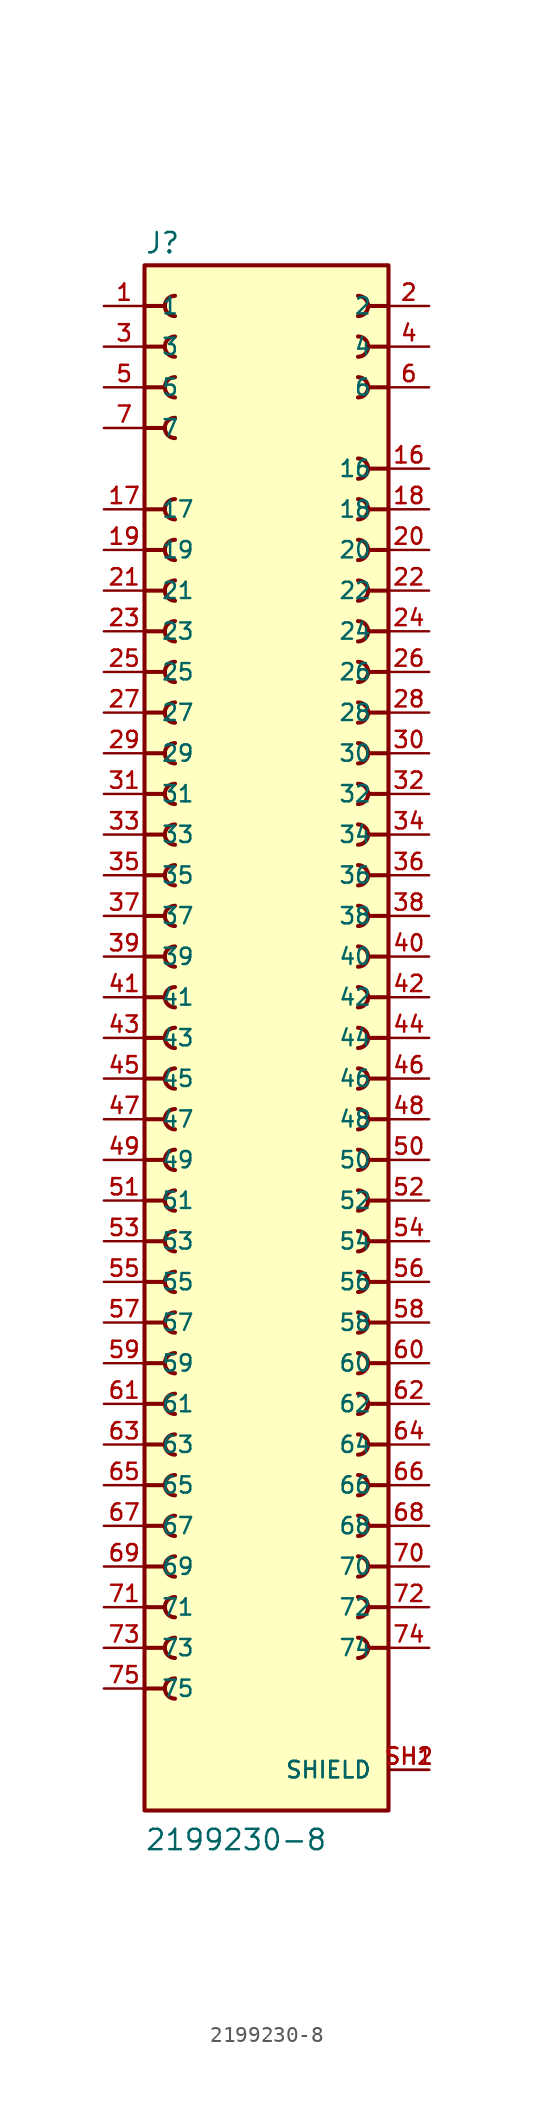
<source format=kicad_sym>
(kicad_symbol_lib
  (version 20211014)
  (generator kicad_symbol_editor)
  (symbol "2199230-8"
    (pin_names
      (offset 1.016))
    (property "Reference" "J"
      (at -7.622 48.908 0)
      (effects (font (size 1.27 1.27)) (justify left bottom)))
    (property "Value" "2199230-8"
      (at -7.625 -50.837 0)
      (effects (font (size 1.27 1.27)) (justify left bottom)))
    (symbol "2199230-8_0_0"
      (rectangle (start -7.62 -48.26) (end 7.62 48.26) (stroke (width 0.254) (type default) (color 0 0 0 0)) (fill (type background)))
      (arc (start -5.715 -40.005) (mid -6.35 -40.64) (end -5.715 -41.275) (stroke (width 0.254) (type default) (color 0 0 0 0)) (fill (type none)))
      (arc (start -5.715 -37.465) (mid -6.35 -38.1) (end -5.715 -38.735) (stroke (width 0.254) (type default) (color 0 0 0 0)) (fill (type none)))
      (arc (start -5.715 -34.925) (mid -6.35 -35.56) (end -5.715 -36.195) (stroke (width 0.254) (type default) (color 0 0 0 0)) (fill (type none)))
      (arc (start -5.715 -32.385) (mid -6.35 -33.02) (end -5.715 -33.655) (stroke (width 0.254) (type default) (color 0 0 0 0)) (fill (type none)))
      (arc (start -5.715 -29.845) (mid -6.35 -30.48) (end -5.715 -31.115) (stroke (width 0.254) (type default) (color 0 0 0 0)) (fill (type none)))
      (arc (start -5.715 -27.305) (mid -6.35 -27.94) (end -5.715 -28.575) (stroke (width 0.254) (type default) (color 0 0 0 0)) (fill (type none)))
      (arc (start -5.715 -24.765) (mid -6.35 -25.4) (end -5.715 -26.035) (stroke (width 0.254) (type default) (color 0 0 0 0)) (fill (type none)))
      (arc (start -5.715 -22.225) (mid -6.35 -22.86) (end -5.715 -23.495) (stroke (width 0.254) (type default) (color 0 0 0 0)) (fill (type none)))
      (arc (start -5.715 -19.685) (mid -6.35 -20.32) (end -5.715 -20.955) (stroke (width 0.254) (type default) (color 0 0 0 0)) (fill (type none)))
      (arc (start -5.715 -17.145) (mid -6.35 -17.78) (end -5.715 -18.415) (stroke (width 0.254) (type default) (color 0 0 0 0)) (fill (type none)))
      (arc (start -5.715 -14.605) (mid -6.35 -15.24) (end -5.715 -15.875) (stroke (width 0.254) (type default) (color 0 0 0 0)) (fill (type none)))
      (arc (start -5.715 -12.065) (mid -6.35 -12.7) (end -5.715 -13.335) (stroke (width 0.254) (type default) (color 0 0 0 0)) (fill (type none)))
      (arc (start -5.715 -9.525) (mid -6.35 -10.16) (end -5.715 -10.795) (stroke (width 0.254) (type default) (color 0 0 0 0)) (fill (type none)))
      (arc (start -5.715 -6.985) (mid -6.35 -7.62) (end -5.715 -8.255) (stroke (width 0.254) (type default) (color 0 0 0 0)) (fill (type none)))
      (arc (start -5.715 -4.445) (mid -6.35 -5.08) (end -5.715 -5.715) (stroke (width 0.254) (type default) (color 0 0 0 0)) (fill (type none)))
      (arc (start -5.715 -1.905) (mid -6.35 -2.54) (end -5.715 -3.175) (stroke (width 0.254) (type default) (color 0 0 0 0)) (fill (type none)))
      (arc (start -5.715 0.635) (mid -6.35 0) (end -5.715 -0.635) (stroke (width 0.254) (type default) (color 0 0 0 0)) (fill (type none)))
      (arc (start -5.715 3.175) (mid -6.35 2.54) (end -5.715 1.905) (stroke (width 0.254) (type default) (color 0 0 0 0)) (fill (type none)))
      (arc (start -5.715 5.715) (mid -6.35 5.08) (end -5.715 4.445) (stroke (width 0.254) (type default) (color 0 0 0 0)) (fill (type none)))
      (arc (start -5.715 8.255) (mid -6.35 7.62) (end -5.715 6.985) (stroke (width 0.254) (type default) (color 0 0 0 0)) (fill (type none)))
      (arc (start -5.715 10.795) (mid -6.35 10.16) (end -5.715 9.525) (stroke (width 0.254) (type default) (color 0 0 0 0)) (fill (type none)))
      (arc (start -5.715 13.335) (mid -6.35 12.7) (end -5.715 12.065) (stroke (width 0.254) (type default) (color 0 0 0 0)) (fill (type none)))
      (arc (start -5.715 15.875) (mid -6.35 15.24) (end -5.715 14.605) (stroke (width 0.254) (type default) (color 0 0 0 0)) (fill (type none)))
      (arc (start -5.715 18.415) (mid -6.35 17.78) (end -5.715 17.145) (stroke (width 0.254) (type default) (color 0 0 0 0)) (fill (type none)))
      (arc (start -5.715 20.955) (mid -6.35 20.32) (end -5.715 19.685) (stroke (width 0.254) (type default) (color 0 0 0 0)) (fill (type none)))
      (arc (start -5.715 23.495) (mid -6.35 22.86) (end -5.715 22.225) (stroke (width 0.254) (type default) (color 0 0 0 0)) (fill (type none)))
      (arc (start -5.715 26.035) (mid -6.35 25.4) (end -5.715 24.765) (stroke (width 0.254) (type default) (color 0 0 0 0)) (fill (type none)))
      (arc (start -5.715 28.575) (mid -6.35 27.94) (end -5.715 27.305) (stroke (width 0.254) (type default) (color 0 0 0 0)) (fill (type none)))
      (arc (start -5.715 31.115) (mid -6.35 30.48) (end -5.715 29.845) (stroke (width 0.254) (type default) (color 0 0 0 0)) (fill (type none)))
      (arc (start -5.715 33.655) (mid -6.35 33.02) (end -5.715 32.385) (stroke (width 0.254) (type default) (color 0 0 0 0)) (fill (type none)))
      (arc (start -5.715 38.735) (mid -6.35 38.1) (end -5.715 37.465) (stroke (width 0.254) (type default) (color 0 0 0 0)) (fill (type none)))
      (arc (start -5.715 41.275) (mid -6.35 40.64) (end -5.715 40.005) (stroke (width 0.254) (type default) (color 0 0 0 0)) (fill (type none)))
      (arc (start -5.715 43.815) (mid -6.35 43.18) (end -5.715 42.545) (stroke (width 0.254) (type default) (color 0 0 0 0)) (fill (type none)))
      (arc (start -5.715 46.355) (mid -6.35 45.72) (end -5.715 45.085) (stroke (width 0.254) (type default) (color 0 0 0 0)) (fill (type none)))
      (polyline (pts (xy -7.62 -40.64) (xy -6.35 -40.64)) (stroke (width 0.254) (type default) (color 0 0 0 0)) (fill (type none)))
      (polyline (pts (xy -7.62 -38.1) (xy -6.35 -38.1)) (stroke (width 0.254) (type default) (color 0 0 0 0)) (fill (type none)))
      (polyline (pts (xy -7.62 -35.56) (xy -6.35 -35.56)) (stroke (width 0.254) (type default) (color 0 0 0 0)) (fill (type none)))
      (polyline (pts (xy -7.62 -33.02) (xy -6.35 -33.02)) (stroke (width 0.254) (type default) (color 0 0 0 0)) (fill (type none)))
      (polyline (pts (xy -7.62 -30.48) (xy -6.35 -30.48)) (stroke (width 0.254) (type default) (color 0 0 0 0)) (fill (type none)))
      (polyline (pts (xy -7.62 -27.94) (xy -6.35 -27.94)) (stroke (width 0.254) (type default) (color 0 0 0 0)) (fill (type none)))
      (polyline (pts (xy -7.62 -25.4) (xy -6.35 -25.4)) (stroke (width 0.254) (type default) (color 0 0 0 0)) (fill (type none)))
      (polyline (pts (xy -7.62 -22.86) (xy -6.35 -22.86)) (stroke (width 0.254) (type default) (color 0 0 0 0)) (fill (type none)))
      (polyline (pts (xy -7.62 -20.32) (xy -6.35 -20.32)) (stroke (width 0.254) (type default) (color 0 0 0 0)) (fill (type none)))
      (polyline (pts (xy -7.62 -17.78) (xy -6.35 -17.78)) (stroke (width 0.254) (type default) (color 0 0 0 0)) (fill (type none)))
      (polyline (pts (xy -7.62 -15.24) (xy -6.35 -15.24)) (stroke (width 0.254) (type default) (color 0 0 0 0)) (fill (type none)))
      (polyline (pts (xy -7.62 -12.7) (xy -6.35 -12.7)) (stroke (width 0.254) (type default) (color 0 0 0 0)) (fill (type none)))
      (polyline (pts (xy -7.62 -10.16) (xy -6.35 -10.16)) (stroke (width 0.254) (type default) (color 0 0 0 0)) (fill (type none)))
      (polyline (pts (xy -7.62 -7.62) (xy -6.35 -7.62)) (stroke (width 0.254) (type default) (color 0 0 0 0)) (fill (type none)))
      (polyline (pts (xy -7.62 -5.08) (xy -6.35 -5.08)) (stroke (width 0.254) (type default) (color 0 0 0 0)) (fill (type none)))
      (polyline (pts (xy -7.62 -2.54) (xy -6.35 -2.54)) (stroke (width 0.254) (type default) (color 0 0 0 0)) (fill (type none)))
      (polyline (pts (xy -7.62 0) (xy -6.35 0)) (stroke (width 0.254) (type default) (color 0 0 0 0)) (fill (type none)))
      (polyline (pts (xy -7.62 2.54) (xy -6.35 2.54)) (stroke (width 0.254) (type default) (color 0 0 0 0)) (fill (type none)))
      (polyline (pts (xy -7.62 5.08) (xy -6.35 5.08)) (stroke (width 0.254) (type default) (color 0 0 0 0)) (fill (type none)))
      (polyline (pts (xy -7.62 7.62) (xy -6.35 7.62)) (stroke (width 0.254) (type default) (color 0 0 0 0)) (fill (type none)))
      (polyline (pts (xy -7.62 10.16) (xy -6.35 10.16)) (stroke (width 0.254) (type default) (color 0 0 0 0)) (fill (type none)))
      (polyline (pts (xy -7.62 12.7) (xy -6.35 12.7)) (stroke (width 0.254) (type default) (color 0 0 0 0)) (fill (type none)))
      (polyline (pts (xy -7.62 15.24) (xy -6.35 15.24)) (stroke (width 0.254) (type default) (color 0 0 0 0)) (fill (type none)))
      (polyline (pts (xy -7.62 17.78) (xy -6.35 17.78)) (stroke (width 0.254) (type default) (color 0 0 0 0)) (fill (type none)))
      (polyline (pts (xy -7.62 20.32) (xy -6.35 20.32)) (stroke (width 0.254) (type default) (color 0 0 0 0)) (fill (type none)))
      (polyline (pts (xy -7.62 22.86) (xy -6.35 22.86)) (stroke (width 0.254) (type default) (color 0 0 0 0)) (fill (type none)))
      (polyline (pts (xy -7.62 25.4) (xy -6.35 25.4)) (stroke (width 0.254) (type default) (color 0 0 0 0)) (fill (type none)))
      (polyline (pts (xy -7.62 27.94) (xy -6.35 27.94)) (stroke (width 0.254) (type default) (color 0 0 0 0)) (fill (type none)))
      (polyline (pts (xy -7.62 30.48) (xy -6.35 30.48)) (stroke (width 0.254) (type default) (color 0 0 0 0)) (fill (type none)))
      (polyline (pts (xy -7.62 33.02) (xy -6.35 33.02)) (stroke (width 0.254) (type default) (color 0 0 0 0)) (fill (type none)))
      (polyline (pts (xy -7.62 38.1) (xy -6.35 38.1)) (stroke (width 0.254) (type default) (color 0 0 0 0)) (fill (type none)))
      (polyline (pts (xy -7.62 40.64) (xy -6.35 40.64)) (stroke (width 0.254) (type default) (color 0 0 0 0)) (fill (type none)))
      (polyline (pts (xy -7.62 43.18) (xy -6.35 43.18)) (stroke (width 0.254) (type default) (color 0 0 0 0)) (fill (type none)))
      (polyline (pts (xy -7.62 45.72) (xy -6.35 45.72)) (stroke (width 0.254) (type default) (color 0 0 0 0)) (fill (type none)))
      (polyline (pts (xy 7.62 -38.1) (xy 6.35 -38.1)) (stroke (width 0.254) (type default) (color 0 0 0 0)) (fill (type none)))
      (polyline (pts (xy 7.62 -35.56) (xy 6.35 -35.56)) (stroke (width 0.254) (type default) (color 0 0 0 0)) (fill (type none)))
      (polyline (pts (xy 7.62 -33.02) (xy 6.35 -33.02)) (stroke (width 0.254) (type default) (color 0 0 0 0)) (fill (type none)))
      (polyline (pts (xy 7.62 -30.48) (xy 6.35 -30.48)) (stroke (width 0.254) (type default) (color 0 0 0 0)) (fill (type none)))
      (polyline (pts (xy 7.62 -27.94) (xy 6.35 -27.94)) (stroke (width 0.254) (type default) (color 0 0 0 0)) (fill (type none)))
      (polyline (pts (xy 7.62 -25.4) (xy 6.35 -25.4)) (stroke (width 0.254) (type default) (color 0 0 0 0)) (fill (type none)))
      (polyline (pts (xy 7.62 -22.86) (xy 6.35 -22.86)) (stroke (width 0.254) (type default) (color 0 0 0 0)) (fill (type none)))
      (polyline (pts (xy 7.62 -20.32) (xy 6.35 -20.32)) (stroke (width 0.254) (type default) (color 0 0 0 0)) (fill (type none)))
      (polyline (pts (xy 7.62 -17.78) (xy 6.35 -17.78)) (stroke (width 0.254) (type default) (color 0 0 0 0)) (fill (type none)))
      (polyline (pts (xy 7.62 -15.24) (xy 6.35 -15.24)) (stroke (width 0.254) (type default) (color 0 0 0 0)) (fill (type none)))
      (polyline (pts (xy 7.62 -12.7) (xy 6.35 -12.7)) (stroke (width 0.254) (type default) (color 0 0 0 0)) (fill (type none)))
      (polyline (pts (xy 7.62 -10.16) (xy 6.35 -10.16)) (stroke (width 0.254) (type default) (color 0 0 0 0)) (fill (type none)))
      (polyline (pts (xy 7.62 -7.62) (xy 6.35 -7.62)) (stroke (width 0.254) (type default) (color 0 0 0 0)) (fill (type none)))
      (polyline (pts (xy 7.62 -5.08) (xy 6.35 -5.08)) (stroke (width 0.254) (type default) (color 0 0 0 0)) (fill (type none)))
      (polyline (pts (xy 7.62 -2.54) (xy 6.35 -2.54)) (stroke (width 0.254) (type default) (color 0 0 0 0)) (fill (type none)))
      (polyline (pts (xy 7.62 0) (xy 6.35 0)) (stroke (width 0.254) (type default) (color 0 0 0 0)) (fill (type none)))
      (polyline (pts (xy 7.62 2.54) (xy 6.35 2.54)) (stroke (width 0.254) (type default) (color 0 0 0 0)) (fill (type none)))
      (polyline (pts (xy 7.62 5.08) (xy 6.35 5.08)) (stroke (width 0.254) (type default) (color 0 0 0 0)) (fill (type none)))
      (polyline (pts (xy 7.62 7.62) (xy 6.35 7.62)) (stroke (width 0.254) (type default) (color 0 0 0 0)) (fill (type none)))
      (polyline (pts (xy 7.62 10.16) (xy 6.35 10.16)) (stroke (width 0.254) (type default) (color 0 0 0 0)) (fill (type none)))
      (polyline (pts (xy 7.62 12.7) (xy 6.35 12.7)) (stroke (width 0.254) (type default) (color 0 0 0 0)) (fill (type none)))
      (polyline (pts (xy 7.62 15.24) (xy 6.35 15.24)) (stroke (width 0.254) (type default) (color 0 0 0 0)) (fill (type none)))
      (polyline (pts (xy 7.62 17.78) (xy 6.35 17.78)) (stroke (width 0.254) (type default) (color 0 0 0 0)) (fill (type none)))
      (polyline (pts (xy 7.62 20.32) (xy 6.35 20.32)) (stroke (width 0.254) (type default) (color 0 0 0 0)) (fill (type none)))
      (polyline (pts (xy 7.62 22.86) (xy 6.35 22.86)) (stroke (width 0.254) (type default) (color 0 0 0 0)) (fill (type none)))
      (polyline (pts (xy 7.62 25.4) (xy 6.35 25.4)) (stroke (width 0.254) (type default) (color 0 0 0 0)) (fill (type none)))
      (polyline (pts (xy 7.62 27.94) (xy 6.35 27.94)) (stroke (width 0.254) (type default) (color 0 0 0 0)) (fill (type none)))
      (polyline (pts (xy 7.62 30.48) (xy 6.35 30.48)) (stroke (width 0.254) (type default) (color 0 0 0 0)) (fill (type none)))
      (polyline (pts (xy 7.62 33.02) (xy 6.35 33.02)) (stroke (width 0.254) (type default) (color 0 0 0 0)) (fill (type none)))
      (polyline (pts (xy 7.62 35.56) (xy 6.35 35.56)) (stroke (width 0.254) (type default) (color 0 0 0 0)) (fill (type none)))
      (polyline (pts (xy 7.62 40.64) (xy 6.35 40.64)) (stroke (width 0.254) (type default) (color 0 0 0 0)) (fill (type none)))
      (polyline (pts (xy 7.62 43.18) (xy 6.35 43.18)) (stroke (width 0.254) (type default) (color 0 0 0 0)) (fill (type none)))
      (polyline (pts (xy 7.62 45.72) (xy 6.35 45.72)) (stroke (width 0.254) (type default) (color 0 0 0 0)) (fill (type none)))
      (arc (start 5.715 -38.735) (mid 6.35 -38.1) (end 5.715 -37.465) (stroke (width 0.254) (type default) (color 0 0 0 0)) (fill (type none)))
      (arc (start 5.715 -36.195) (mid 6.35 -35.56) (end 5.715 -34.925) (stroke (width 0.254) (type default) (color 0 0 0 0)) (fill (type none)))
      (arc (start 5.715 -33.655) (mid 6.35 -33.02) (end 5.715 -32.385) (stroke (width 0.254) (type default) (color 0 0 0 0)) (fill (type none)))
      (arc (start 5.715 -31.115) (mid 6.35 -30.48) (end 5.715 -29.845) (stroke (width 0.254) (type default) (color 0 0 0 0)) (fill (type none)))
      (arc (start 5.715 -28.575) (mid 6.35 -27.94) (end 5.715 -27.305) (stroke (width 0.254) (type default) (color 0 0 0 0)) (fill (type none)))
      (arc (start 5.715 -26.035) (mid 6.35 -25.4) (end 5.715 -24.765) (stroke (width 0.254) (type default) (color 0 0 0 0)) (fill (type none)))
      (arc (start 5.715 -23.495) (mid 6.35 -22.86) (end 5.715 -22.225) (stroke (width 0.254) (type default) (color 0 0 0 0)) (fill (type none)))
      (arc (start 5.715 -20.955) (mid 6.35 -20.32) (end 5.715 -19.685) (stroke (width 0.254) (type default) (color 0 0 0 0)) (fill (type none)))
      (arc (start 5.715 -18.415) (mid 6.35 -17.78) (end 5.715 -17.145) (stroke (width 0.254) (type default) (color 0 0 0 0)) (fill (type none)))
      (arc (start 5.715 -15.875) (mid 6.35 -15.24) (end 5.715 -14.605) (stroke (width 0.254) (type default) (color 0 0 0 0)) (fill (type none)))
      (arc (start 5.715 -13.335) (mid 6.35 -12.7) (end 5.715 -12.065) (stroke (width 0.254) (type default) (color 0 0 0 0)) (fill (type none)))
      (arc (start 5.715 -10.795) (mid 6.35 -10.16) (end 5.715 -9.525) (stroke (width 0.254) (type default) (color 0 0 0 0)) (fill (type none)))
      (arc (start 5.715 -8.255) (mid 6.35 -7.62) (end 5.715 -6.985) (stroke (width 0.254) (type default) (color 0 0 0 0)) (fill (type none)))
      (arc (start 5.715 -5.715) (mid 6.35 -5.08) (end 5.715 -4.445) (stroke (width 0.254) (type default) (color 0 0 0 0)) (fill (type none)))
      (arc (start 5.715 -3.175) (mid 6.35 -2.54) (end 5.715 -1.905) (stroke (width 0.254) (type default) (color 0 0 0 0)) (fill (type none)))
      (arc (start 5.715 -0.635) (mid 6.35 0) (end 5.715 0.635) (stroke (width 0.254) (type default) (color 0 0 0 0)) (fill (type none)))
      (arc (start 5.715 1.905) (mid 6.35 2.54) (end 5.715 3.175) (stroke (width 0.254) (type default) (color 0 0 0 0)) (fill (type none)))
      (arc (start 5.715 4.445) (mid 6.35 5.08) (end 5.715 5.715) (stroke (width 0.254) (type default) (color 0 0 0 0)) (fill (type none)))
      (arc (start 5.715 6.985) (mid 6.35 7.62) (end 5.715 8.255) (stroke (width 0.254) (type default) (color 0 0 0 0)) (fill (type none)))
      (arc (start 5.715 9.525) (mid 6.35 10.16) (end 5.715 10.795) (stroke (width 0.254) (type default) (color 0 0 0 0)) (fill (type none)))
      (arc (start 5.715 12.065) (mid 6.35 12.7) (end 5.715 13.335) (stroke (width 0.254) (type default) (color 0 0 0 0)) (fill (type none)))
      (arc (start 5.715 14.605) (mid 6.35 15.24) (end 5.715 15.875) (stroke (width 0.254) (type default) (color 0 0 0 0)) (fill (type none)))
      (arc (start 5.715 17.145) (mid 6.35 17.78) (end 5.715 18.415) (stroke (width 0.254) (type default) (color 0 0 0 0)) (fill (type none)))
      (arc (start 5.715 19.685) (mid 6.35 20.32) (end 5.715 20.955) (stroke (width 0.254) (type default) (color 0 0 0 0)) (fill (type none)))
      (arc (start 5.715 22.225) (mid 6.35 22.86) (end 5.715 23.495) (stroke (width 0.254) (type default) (color 0 0 0 0)) (fill (type none)))
      (arc (start 5.715 24.765) (mid 6.35 25.4) (end 5.715 26.035) (stroke (width 0.254) (type default) (color 0 0 0 0)) (fill (type none)))
      (arc (start 5.715 27.305) (mid 6.35 27.94) (end 5.715 28.575) (stroke (width 0.254) (type default) (color 0 0 0 0)) (fill (type none)))
      (arc (start 5.715 29.845) (mid 6.35 30.48) (end 5.715 31.115) (stroke (width 0.254) (type default) (color 0 0 0 0)) (fill (type none)))
      (arc (start 5.715 32.385) (mid 6.35 33.02) (end 5.715 33.655) (stroke (width 0.254) (type default) (color 0 0 0 0)) (fill (type none)))
      (arc (start 5.715 34.925) (mid 6.35 35.56) (end 5.715 36.195) (stroke (width 0.254) (type default) (color 0 0 0 0)) (fill (type none)))
      (arc (start 5.715 40.005) (mid 6.35 40.64) (end 5.715 41.275) (stroke (width 0.254) (type default) (color 0 0 0 0)) (fill (type none)))
      (arc (start 5.715 42.545) (mid 6.35 43.18) (end 5.715 43.815) (stroke (width 0.254) (type default) (color 0 0 0 0)) (fill (type none)))
      (arc (start 5.715 45.085) (mid 6.35 45.72) (end 5.715 46.355) (stroke (width 0.254) (type default) (color 0 0 0 0)) (fill (type none)))
      (pin passive line (at -10.16 45.72 0) (length 2.54) (name "1" (effects (font (size 1.016 1.016)))) (number "1" (effects (font (size 1.016 1.016)))))
      (pin passive line (at 10.16 35.56 180) (length 2.54) (name "16" (effects (font (size 1.016 1.016)))) (number "16" (effects (font (size 1.016 1.016)))))
      (pin passive line (at -10.16 33.02 0) (length 2.54) (name "17" (effects (font (size 1.016 1.016)))) (number "17" (effects (font (size 1.016 1.016)))))
      (pin passive line (at 10.16 33.02 180) (length 2.54) (name "18" (effects (font (size 1.016 1.016)))) (number "18" (effects (font (size 1.016 1.016)))))
      (pin passive line (at -10.16 30.48 0) (length 2.54) (name "19" (effects (font (size 1.016 1.016)))) (number "19" (effects (font (size 1.016 1.016)))))
      (pin passive line (at 10.16 45.72 180) (length 2.54) (name "2" (effects (font (size 1.016 1.016)))) (number "2" (effects (font (size 1.016 1.016)))))
      (pin passive line (at 10.16 30.48 180) (length 2.54) (name "20" (effects (font (size 1.016 1.016)))) (number "20" (effects (font (size 1.016 1.016)))))
      (pin passive line (at -10.16 27.94 0) (length 2.54) (name "21" (effects (font (size 1.016 1.016)))) (number "21" (effects (font (size 1.016 1.016)))))
      (pin passive line (at 10.16 27.94 180) (length 2.54) (name "22" (effects (font (size 1.016 1.016)))) (number "22" (effects (font (size 1.016 1.016)))))
      (pin passive line (at -10.16 25.4 0) (length 2.54) (name "23" (effects (font (size 1.016 1.016)))) (number "23" (effects (font (size 1.016 1.016)))))
      (pin passive line (at 10.16 25.4 180) (length 2.54) (name "24" (effects (font (size 1.016 1.016)))) (number "24" (effects (font (size 1.016 1.016)))))
      (pin passive line (at -10.16 22.86 0) (length 2.54) (name "25" (effects (font (size 1.016 1.016)))) (number "25" (effects (font (size 1.016 1.016)))))
      (pin passive line (at 10.16 22.86 180) (length 2.54) (name "26" (effects (font (size 1.016 1.016)))) (number "26" (effects (font (size 1.016 1.016)))))
      (pin passive line (at -10.16 20.32 0) (length 2.54) (name "27" (effects (font (size 1.016 1.016)))) (number "27" (effects (font (size 1.016 1.016)))))
      (pin passive line (at 10.16 20.32 180) (length 2.54) (name "28" (effects (font (size 1.016 1.016)))) (number "28" (effects (font (size 1.016 1.016)))))
      (pin passive line (at -10.16 17.78 0) (length 2.54) (name "29" (effects (font (size 1.016 1.016)))) (number "29" (effects (font (size 1.016 1.016)))))
      (pin passive line (at -10.16 43.18 0) (length 2.54) (name "3" (effects (font (size 1.016 1.016)))) (number "3" (effects (font (size 1.016 1.016)))))
      (pin passive line (at 10.16 17.78 180) (length 2.54) (name "30" (effects (font (size 1.016 1.016)))) (number "30" (effects (font (size 1.016 1.016)))))
      (pin passive line (at -10.16 15.24 0) (length 2.54) (name "31" (effects (font (size 1.016 1.016)))) (number "31" (effects (font (size 1.016 1.016)))))
      (pin passive line (at 10.16 15.24 180) (length 2.54) (name "32" (effects (font (size 1.016 1.016)))) (number "32" (effects (font (size 1.016 1.016)))))
      (pin passive line (at -10.16 12.7 0) (length 2.54) (name "33" (effects (font (size 1.016 1.016)))) (number "33" (effects (font (size 1.016 1.016)))))
      (pin passive line (at 10.16 12.7 180) (length 2.54) (name "34" (effects (font (size 1.016 1.016)))) (number "34" (effects (font (size 1.016 1.016)))))
      (pin passive line (at -10.16 10.16 0) (length 2.54) (name "35" (effects (font (size 1.016 1.016)))) (number "35" (effects (font (size 1.016 1.016)))))
      (pin passive line (at 10.16 10.16 180) (length 2.54) (name "36" (effects (font (size 1.016 1.016)))) (number "36" (effects (font (size 1.016 1.016)))))
      (pin passive line (at -10.16 7.62 0) (length 2.54) (name "37" (effects (font (size 1.016 1.016)))) (number "37" (effects (font (size 1.016 1.016)))))
      (pin passive line (at 10.16 7.62 180) (length 2.54) (name "38" (effects (font (size 1.016 1.016)))) (number "38" (effects (font (size 1.016 1.016)))))
      (pin passive line (at -10.16 5.08 0) (length 2.54) (name "39" (effects (font (size 1.016 1.016)))) (number "39" (effects (font (size 1.016 1.016)))))
      (pin passive line (at 10.16 43.18 180) (length 2.54) (name "4" (effects (font (size 1.016 1.016)))) (number "4" (effects (font (size 1.016 1.016)))))
      (pin passive line (at 10.16 5.08 180) (length 2.54) (name "40" (effects (font (size 1.016 1.016)))) (number "40" (effects (font (size 1.016 1.016)))))
      (pin passive line (at -10.16 2.54 0) (length 2.54) (name "41" (effects (font (size 1.016 1.016)))) (number "41" (effects (font (size 1.016 1.016)))))
      (pin passive line (at 10.16 2.54 180) (length 2.54) (name "42" (effects (font (size 1.016 1.016)))) (number "42" (effects (font (size 1.016 1.016)))))
      (pin passive line (at -10.16 0 0) (length 2.54) (name "43" (effects (font (size 1.016 1.016)))) (number "43" (effects (font (size 1.016 1.016)))))
      (pin passive line (at 10.16 0 180) (length 2.54) (name "44" (effects (font (size 1.016 1.016)))) (number "44" (effects (font (size 1.016 1.016)))))
      (pin passive line (at -10.16 -2.54 0) (length 2.54) (name "45" (effects (font (size 1.016 1.016)))) (number "45" (effects (font (size 1.016 1.016)))))
      (pin passive line (at 10.16 -2.54 180) (length 2.54) (name "46" (effects (font (size 1.016 1.016)))) (number "46" (effects (font (size 1.016 1.016)))))
      (pin passive line (at -10.16 -5.08 0) (length 2.54) (name "47" (effects (font (size 1.016 1.016)))) (number "47" (effects (font (size 1.016 1.016)))))
      (pin passive line (at 10.16 -5.08 180) (length 2.54) (name "48" (effects (font (size 1.016 1.016)))) (number "48" (effects (font (size 1.016 1.016)))))
      (pin passive line (at -10.16 -7.62 0) (length 2.54) (name "49" (effects (font (size 1.016 1.016)))) (number "49" (effects (font (size 1.016 1.016)))))
      (pin passive line (at -10.16 40.64 0) (length 2.54) (name "5" (effects (font (size 1.016 1.016)))) (number "5" (effects (font (size 1.016 1.016)))))
      (pin passive line (at 10.16 -7.62 180) (length 2.54) (name "50" (effects (font (size 1.016 1.016)))) (number "50" (effects (font (size 1.016 1.016)))))
      (pin passive line (at -10.16 -10.16 0) (length 2.54) (name "51" (effects (font (size 1.016 1.016)))) (number "51" (effects (font (size 1.016 1.016)))))
      (pin passive line (at 10.16 -10.16 180) (length 2.54) (name "52" (effects (font (size 1.016 1.016)))) (number "52" (effects (font (size 1.016 1.016)))))
      (pin passive line (at -10.16 -12.7 0) (length 2.54) (name "53" (effects (font (size 1.016 1.016)))) (number "53" (effects (font (size 1.016 1.016)))))
      (pin passive line (at 10.16 -12.7 180) (length 2.54) (name "54" (effects (font (size 1.016 1.016)))) (number "54" (effects (font (size 1.016 1.016)))))
      (pin passive line (at -10.16 -15.24 0) (length 2.54) (name "55" (effects (font (size 1.016 1.016)))) (number "55" (effects (font (size 1.016 1.016)))))
      (pin passive line (at 10.16 -15.24 180) (length 2.54) (name "56" (effects (font (size 1.016 1.016)))) (number "56" (effects (font (size 1.016 1.016)))))
      (pin passive line (at -10.16 -17.78 0) (length 2.54) (name "57" (effects (font (size 1.016 1.016)))) (number "57" (effects (font (size 1.016 1.016)))))
      (pin passive line (at 10.16 -17.78 180) (length 2.54) (name "58" (effects (font (size 1.016 1.016)))) (number "58" (effects (font (size 1.016 1.016)))))
      (pin passive line (at -10.16 -20.32 0) (length 2.54) (name "59" (effects (font (size 1.016 1.016)))) (number "59" (effects (font (size 1.016 1.016)))))
      (pin passive line (at 10.16 40.64 180) (length 2.54) (name "6" (effects (font (size 1.016 1.016)))) (number "6" (effects (font (size 1.016 1.016)))))
      (pin passive line (at 10.16 -20.32 180) (length 2.54) (name "60" (effects (font (size 1.016 1.016)))) (number "60" (effects (font (size 1.016 1.016)))))
      (pin passive line (at -10.16 -22.86 0) (length 2.54) (name "61" (effects (font (size 1.016 1.016)))) (number "61" (effects (font (size 1.016 1.016)))))
      (pin passive line (at 10.16 -22.86 180) (length 2.54) (name "62" (effects (font (size 1.016 1.016)))) (number "62" (effects (font (size 1.016 1.016)))))
      (pin passive line (at -10.16 -25.4 0) (length 2.54) (name "63" (effects (font (size 1.016 1.016)))) (number "63" (effects (font (size 1.016 1.016)))))
      (pin passive line (at 10.16 -25.4 180) (length 2.54) (name "64" (effects (font (size 1.016 1.016)))) (number "64" (effects (font (size 1.016 1.016)))))
      (pin passive line (at -10.16 -27.94 0) (length 2.54) (name "65" (effects (font (size 1.016 1.016)))) (number "65" (effects (font (size 1.016 1.016)))))
      (pin passive line (at 10.16 -27.94 180) (length 2.54) (name "66" (effects (font (size 1.016 1.016)))) (number "66" (effects (font (size 1.016 1.016)))))
      (pin passive line (at -10.16 -30.48 0) (length 2.54) (name "67" (effects (font (size 1.016 1.016)))) (number "67" (effects (font (size 1.016 1.016)))))
      (pin passive line (at 10.16 -30.48 180) (length 2.54) (name "68" (effects (font (size 1.016 1.016)))) (number "68" (effects (font (size 1.016 1.016)))))
      (pin passive line (at -10.16 -33.02 0) (length 2.54) (name "69" (effects (font (size 1.016 1.016)))) (number "69" (effects (font (size 1.016 1.016)))))
      (pin passive line (at -10.16 38.1 0) (length 2.54) (name "7" (effects (font (size 1.016 1.016)))) (number "7" (effects (font (size 1.016 1.016)))))
      (pin passive line (at 10.16 -33.02 180) (length 2.54) (name "70" (effects (font (size 1.016 1.016)))) (number "70" (effects (font (size 1.016 1.016)))))
      (pin passive line (at -10.16 -35.56 0) (length 2.54) (name "71" (effects (font (size 1.016 1.016)))) (number "71" (effects (font (size 1.016 1.016)))))
      (pin passive line (at 10.16 -35.56 180) (length 2.54) (name "72" (effects (font (size 1.016 1.016)))) (number "72" (effects (font (size 1.016 1.016)))))
      (pin passive line (at -10.16 -38.1 0) (length 2.54) (name "73" (effects (font (size 1.016 1.016)))) (number "73" (effects (font (size 1.016 1.016)))))
      (pin passive line (at 10.16 -38.1 180) (length 2.54) (name "74" (effects (font (size 1.016 1.016)))) (number "74" (effects (font (size 1.016 1.016)))))
      (pin passive line (at -10.16 -40.64 0) (length 2.54) (name "75" (effects (font (size 1.016 1.016)))) (number "75" (effects (font (size 1.016 1.016)))))
      (pin passive line (at 10.16 -45.72 180) (length 2.54) (name "SHIELD" (effects (font (size 1.016 1.016)))) (number "SH1" (effects (font (size 1.016 1.016)))))
      (pin passive line (at 10.16 -45.72 180) (length 2.54) (name "SHIELD" (effects (font (size 1.016 1.016)))) (number "SH2" (effects (font (size 1.016 1.016))))))))
</source>
